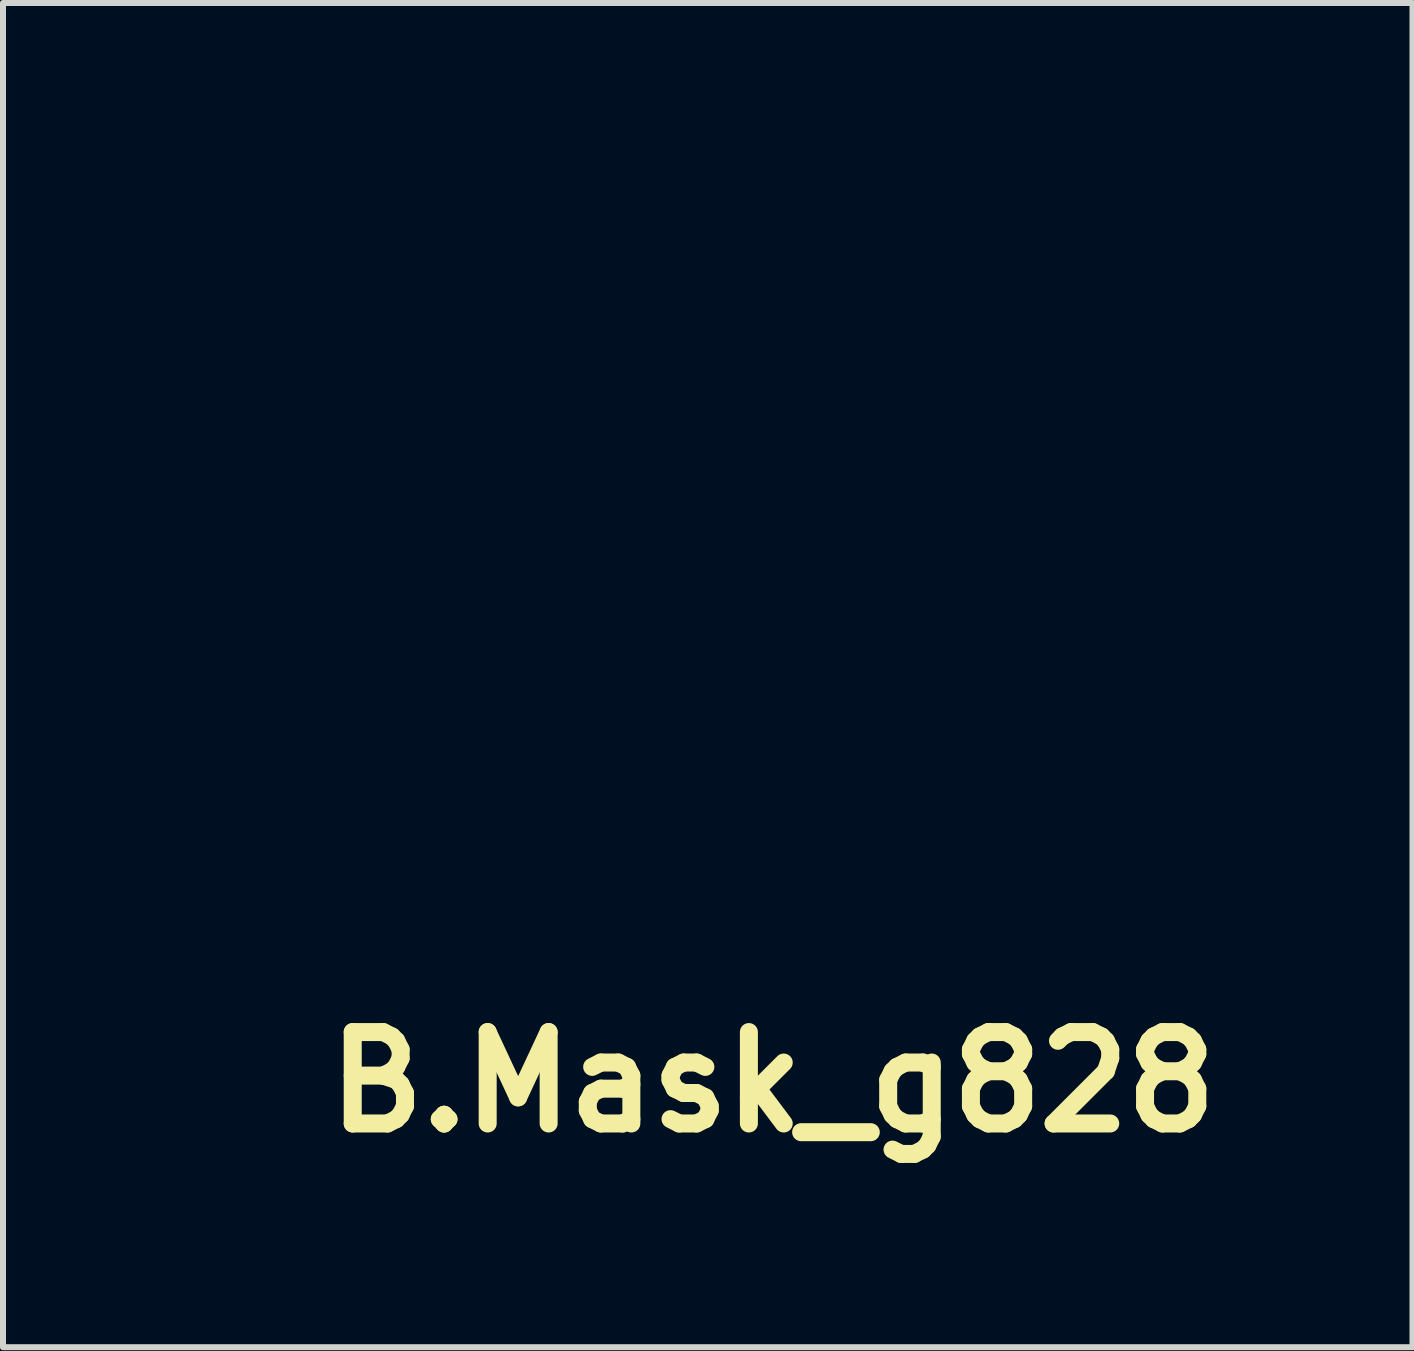
<source format=kicad_pcb>
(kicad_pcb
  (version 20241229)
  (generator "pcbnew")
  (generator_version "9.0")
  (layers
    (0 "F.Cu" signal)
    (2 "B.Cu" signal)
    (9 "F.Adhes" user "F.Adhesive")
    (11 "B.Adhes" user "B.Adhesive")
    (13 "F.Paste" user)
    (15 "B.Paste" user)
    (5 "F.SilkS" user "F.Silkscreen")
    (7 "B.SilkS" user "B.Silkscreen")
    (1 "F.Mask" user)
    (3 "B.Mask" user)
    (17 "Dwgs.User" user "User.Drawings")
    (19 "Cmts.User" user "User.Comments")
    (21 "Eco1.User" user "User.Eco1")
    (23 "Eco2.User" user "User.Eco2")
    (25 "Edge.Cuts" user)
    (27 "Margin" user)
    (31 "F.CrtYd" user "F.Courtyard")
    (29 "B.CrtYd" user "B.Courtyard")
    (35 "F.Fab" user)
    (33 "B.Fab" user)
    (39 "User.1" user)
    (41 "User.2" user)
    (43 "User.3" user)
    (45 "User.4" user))
  (footprint "B.Mask_g828"
    (layer "F.Cu")
    (at 9.833 14.989)
    (property "Reference" "B.Mask_g828" (at 0 0 0) (layer "F.SilkS") (effects (font (size 1.524 1.524) (thickness 0.3))))
    (attr through_hole)
    (fp_poly (pts (xy -7.726 -14.982) (xy -7.711 -14.975) (xy -7.716 -14.958) (xy -7.744 -14.928) (xy -7.8 -14.879) (xy -7.867 -14.824) (xy -7.945 -14.759) (xy -8.045 -14.673) (xy -8.157 -14.575) (xy -8.272 -14.473) (xy -8.361 -14.393) (xy -8.505 -14.263) (xy -8.625 -14.16) (xy -8.726 -14.08) (xy -8.814 -14.021) (xy -8.894 -13.979) (xy -8.972 -13.952) (xy -9.055 -13.937) (xy -9.147 -13.929) (xy -9.229 -13.928) (xy -9.333 -13.924) (xy -9.444 -13.915) (xy -9.525 -13.905) (xy -9.611 -13.892) (xy -9.692 -13.879) (xy -9.739 -13.871) (xy -9.795 -13.868) (xy -9.823 -13.883) (xy -9.828 -13.892) (xy -9.825 -13.936) (xy -9.797 -14.006) (xy -9.746 -14.097) (xy -9.677 -14.204) (xy -9.591 -14.322) (xy -9.496 -14.441) (xy -9.408 -14.528) (xy -9.289 -14.62) (xy -9.149 -14.709) (xy -8.998 -14.791) (xy -8.846 -14.859) (xy -8.704 -14.907) (xy -8.69 -14.911) (xy -8.633 -14.921) (xy -8.545 -14.933) (xy -8.433 -14.944) (xy -8.307 -14.956) (xy -8.174 -14.966) (xy -8.043 -14.975) (xy -7.924 -14.981) (xy -7.824 -14.984) (xy -7.753 -14.984) (xy -7.726 -14.982)) (stroke (width 0.01) (type solid)) (fill yes) (layer "B.Mask")))
  (gr_rect
    (start -3 -3)
    (end 20.496 19.408)
    (stroke (width 0.1) (type default))
    (fill no)
    (layer "Edge.Cuts")))
</source>
